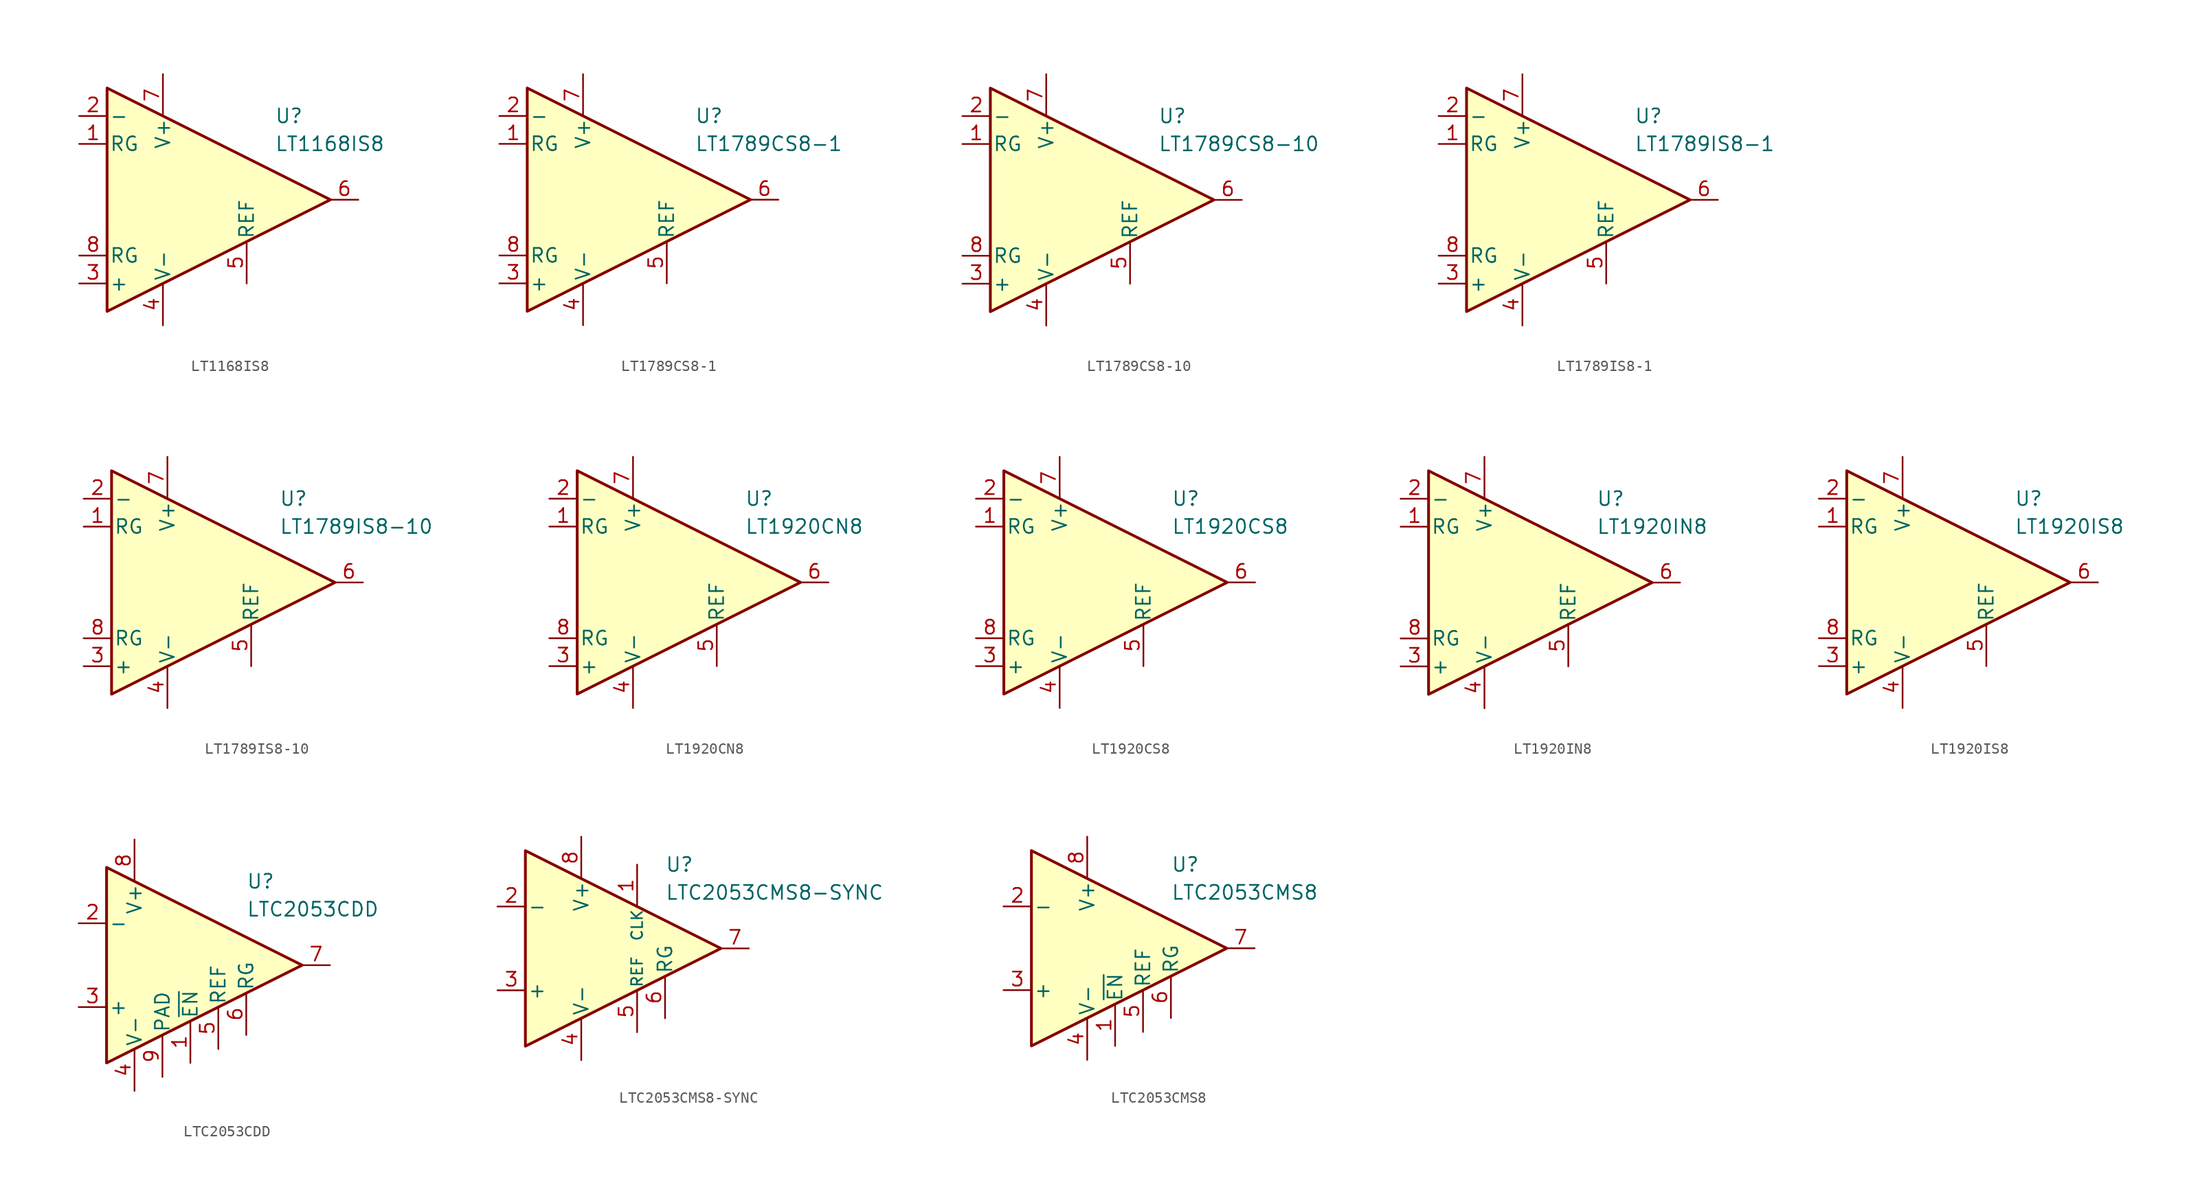
<source format=kicad_sym>
(kicad_symbol_lib
  (version 20231120)
  (generator "kicad_symbol_editor")
  (generator_version "8.0")
  (symbol "LT1168IS8"
    (pin_names
      (offset 0.2))
    (property "Reference" "U"
      (at 6.35 7.62 0)
      (effects (font (size 1.27 1.27)) (justify left)))
    (property "Value" "LT1168IS8"
      (at 6.35 5.08 0)
      (effects (font (size 1.27 1.27)) (justify left)))
    (symbol "LT1168IS8_0_1"
      (polyline (pts (xy -8.89 10.16) (xy -8.89 -10.16) (xy 11.43 0) (xy -8.89 10.16)) (stroke (width 0.254) (type default)) (fill (type background))))
    (symbol "LT1168IS8_1_1"
      (pin passive line (at -11.43 5.08 0) (length 2.54) (name "RG" (effects (font (size 1.27 1.27)))) (number "1" (effects (font (size 1.27 1.27)))))
      (pin input line (at -11.43 7.62 0) (length 2.54) (name "-" (effects (font (size 1.27 1.27)))) (number "2" (effects (font (size 1.27 1.27)))))
      (pin input line (at -11.43 -7.62 0) (length 2.54) (name "+" (effects (font (size 1.27 1.27)))) (number "3" (effects (font (size 1.27 1.27)))))
      (pin power_in line (at -3.81 -11.43 90) (length 3.81) (name "V-" (effects (font (size 1.27 1.27)))) (number "4" (effects (font (size 1.27 1.27)))))
      (pin input line (at 3.81 -7.62 90) (length 3.81) (name "REF" (effects (font (size 1.27 1.27)))) (number "5" (effects (font (size 1.27 1.27)))))
      (pin output line (at 13.97 0 180) (length 2.54) (name "~" (effects (font (size 1.27 1.27)))) (number "6" (effects (font (size 1.27 1.27)))))
      (pin power_in line (at -3.81 11.43 270) (length 3.81) (name "V+" (effects (font (size 1.27 1.27)))) (number "7" (effects (font (size 1.27 1.27)))))
      (pin passive line (at -11.43 -5.08 0) (length 2.54) (name "RG" (effects (font (size 1.27 1.27)))) (number "8" (effects (font (size 1.27 1.27)))))))
  (symbol "LT1789CS8-1"
    (pin_names
      (offset 0.2))
    (property "Reference" "U"
      (at 6.35 7.62 0)
      (effects (font (size 1.27 1.27)) (justify left)))
    (property "Value" "LT1789CS8-1"
      (at 6.35 5.08 0)
      (effects (font (size 1.27 1.27)) (justify left)))
    (symbol "LT1789CS8-1_0_1"
      (polyline (pts (xy -8.89 10.16) (xy -8.89 -10.16) (xy 11.43 0) (xy -8.89 10.16)) (stroke (width 0.254) (type default)) (fill (type background))))
    (symbol "LT1789CS8-1_1_1"
      (pin passive line (at -11.43 5.08 0) (length 2.54) (name "RG" (effects (font (size 1.27 1.27)))) (number "1" (effects (font (size 1.27 1.27)))))
      (pin input line (at -11.43 7.62 0) (length 2.54) (name "-" (effects (font (size 1.27 1.27)))) (number "2" (effects (font (size 1.27 1.27)))))
      (pin input line (at -11.43 -7.62 0) (length 2.54) (name "+" (effects (font (size 1.27 1.27)))) (number "3" (effects (font (size 1.27 1.27)))))
      (pin power_in line (at -3.81 -11.43 90) (length 3.81) (name "V-" (effects (font (size 1.27 1.27)))) (number "4" (effects (font (size 1.27 1.27)))))
      (pin input line (at 3.81 -7.62 90) (length 3.81) (name "REF" (effects (font (size 1.27 1.27)))) (number "5" (effects (font (size 1.27 1.27)))))
      (pin output line (at 13.97 0 180) (length 2.54) (name "~" (effects (font (size 1.27 1.27)))) (number "6" (effects (font (size 1.27 1.27)))))
      (pin power_in line (at -3.81 11.43 270) (length 3.81) (name "V+" (effects (font (size 1.27 1.27)))) (number "7" (effects (font (size 1.27 1.27)))))
      (pin passive line (at -11.43 -5.08 0) (length 2.54) (name "RG" (effects (font (size 1.27 1.27)))) (number "8" (effects (font (size 1.27 1.27)))))))
  (symbol "LT1789CS8-10"
    (pin_names
      (offset 0.2))
    (property "Reference" "U"
      (at 6.35 7.62 0)
      (effects (font (size 1.27 1.27)) (justify left)))
    (property "Value" "LT1789CS8-10"
      (at 6.35 5.08 0)
      (effects (font (size 1.27 1.27)) (justify left)))
    (symbol "LT1789CS8-10_0_1"
      (polyline (pts (xy -8.89 10.16) (xy -8.89 -10.16) (xy 11.43 0) (xy -8.89 10.16)) (stroke (width 0.254) (type default)) (fill (type background))))
    (symbol "LT1789CS8-10_1_1"
      (pin passive line (at -11.43 5.08 0) (length 2.54) (name "RG" (effects (font (size 1.27 1.27)))) (number "1" (effects (font (size 1.27 1.27)))))
      (pin input line (at -11.43 7.62 0) (length 2.54) (name "-" (effects (font (size 1.27 1.27)))) (number "2" (effects (font (size 1.27 1.27)))))
      (pin input line (at -11.43 -7.62 0) (length 2.54) (name "+" (effects (font (size 1.27 1.27)))) (number "3" (effects (font (size 1.27 1.27)))))
      (pin power_in line (at -3.81 -11.43 90) (length 3.81) (name "V-" (effects (font (size 1.27 1.27)))) (number "4" (effects (font (size 1.27 1.27)))))
      (pin input line (at 3.81 -7.62 90) (length 3.81) (name "REF" (effects (font (size 1.27 1.27)))) (number "5" (effects (font (size 1.27 1.27)))))
      (pin output line (at 13.97 0 180) (length 2.54) (name "~" (effects (font (size 1.27 1.27)))) (number "6" (effects (font (size 1.27 1.27)))))
      (pin power_in line (at -3.81 11.43 270) (length 3.81) (name "V+" (effects (font (size 1.27 1.27)))) (number "7" (effects (font (size 1.27 1.27)))))
      (pin passive line (at -11.43 -5.08 0) (length 2.54) (name "RG" (effects (font (size 1.27 1.27)))) (number "8" (effects (font (size 1.27 1.27)))))))
  (symbol "LT1789IS8-1"
    (pin_names
      (offset 0.2))
    (property "Reference" "U"
      (at 6.35 7.62 0)
      (effects (font (size 1.27 1.27)) (justify left)))
    (property "Value" "LT1789IS8-1"
      (at 6.35 5.08 0)
      (effects (font (size 1.27 1.27)) (justify left)))
    (symbol "LT1789IS8-1_0_1"
      (polyline (pts (xy -8.89 10.16) (xy -8.89 -10.16) (xy 11.43 0) (xy -8.89 10.16)) (stroke (width 0.254) (type default)) (fill (type background))))
    (symbol "LT1789IS8-1_1_1"
      (pin passive line (at -11.43 5.08 0) (length 2.54) (name "RG" (effects (font (size 1.27 1.27)))) (number "1" (effects (font (size 1.27 1.27)))))
      (pin input line (at -11.43 7.62 0) (length 2.54) (name "-" (effects (font (size 1.27 1.27)))) (number "2" (effects (font (size 1.27 1.27)))))
      (pin input line (at -11.43 -7.62 0) (length 2.54) (name "+" (effects (font (size 1.27 1.27)))) (number "3" (effects (font (size 1.27 1.27)))))
      (pin power_in line (at -3.81 -11.43 90) (length 3.81) (name "V-" (effects (font (size 1.27 1.27)))) (number "4" (effects (font (size 1.27 1.27)))))
      (pin input line (at 3.81 -7.62 90) (length 3.81) (name "REF" (effects (font (size 1.27 1.27)))) (number "5" (effects (font (size 1.27 1.27)))))
      (pin output line (at 13.97 0 180) (length 2.54) (name "~" (effects (font (size 1.27 1.27)))) (number "6" (effects (font (size 1.27 1.27)))))
      (pin power_in line (at -3.81 11.43 270) (length 3.81) (name "V+" (effects (font (size 1.27 1.27)))) (number "7" (effects (font (size 1.27 1.27)))))
      (pin passive line (at -11.43 -5.08 0) (length 2.54) (name "RG" (effects (font (size 1.27 1.27)))) (number "8" (effects (font (size 1.27 1.27)))))))
  (symbol "LT1789IS8-10"
    (pin_names
      (offset 0.2))
    (property "Reference" "U"
      (at 6.35 7.62 0)
      (effects (font (size 1.27 1.27)) (justify left)))
    (property "Value" "LT1789IS8-10"
      (at 6.35 5.08 0)
      (effects (font (size 1.27 1.27)) (justify left)))
    (symbol "LT1789IS8-10_0_1"
      (polyline (pts (xy -8.89 10.16) (xy -8.89 -10.16) (xy 11.43 0) (xy -8.89 10.16)) (stroke (width 0.254) (type default)) (fill (type background))))
    (symbol "LT1789IS8-10_1_1"
      (pin passive line (at -11.43 5.08 0) (length 2.54) (name "RG" (effects (font (size 1.27 1.27)))) (number "1" (effects (font (size 1.27 1.27)))))
      (pin input line (at -11.43 7.62 0) (length 2.54) (name "-" (effects (font (size 1.27 1.27)))) (number "2" (effects (font (size 1.27 1.27)))))
      (pin input line (at -11.43 -7.62 0) (length 2.54) (name "+" (effects (font (size 1.27 1.27)))) (number "3" (effects (font (size 1.27 1.27)))))
      (pin power_in line (at -3.81 -11.43 90) (length 3.81) (name "V-" (effects (font (size 1.27 1.27)))) (number "4" (effects (font (size 1.27 1.27)))))
      (pin input line (at 3.81 -7.62 90) (length 3.81) (name "REF" (effects (font (size 1.27 1.27)))) (number "5" (effects (font (size 1.27 1.27)))))
      (pin output line (at 13.97 0 180) (length 2.54) (name "~" (effects (font (size 1.27 1.27)))) (number "6" (effects (font (size 1.27 1.27)))))
      (pin power_in line (at -3.81 11.43 270) (length 3.81) (name "V+" (effects (font (size 1.27 1.27)))) (number "7" (effects (font (size 1.27 1.27)))))
      (pin passive line (at -11.43 -5.08 0) (length 2.54) (name "RG" (effects (font (size 1.27 1.27)))) (number "8" (effects (font (size 1.27 1.27)))))))
  (symbol "LT1920CN8"
    (pin_names
      (offset 0.2))
    (property "Reference" "U"
      (at 6.35 7.62 0)
      (effects (font (size 1.27 1.27)) (justify left)))
    (property "Value" "LT1920CN8"
      (at 6.35 5.08 0)
      (effects (font (size 1.27 1.27)) (justify left)))
    (symbol "LT1920CN8_0_1"
      (polyline (pts (xy -8.89 10.16) (xy -8.89 -10.16) (xy 11.43 0) (xy -8.89 10.16)) (stroke (width 0.254) (type default)) (fill (type background))))
    (symbol "LT1920CN8_1_1"
      (pin passive line (at -11.43 5.08 0) (length 2.54) (name "RG" (effects (font (size 1.27 1.27)))) (number "1" (effects (font (size 1.27 1.27)))))
      (pin input line (at -11.43 7.62 0) (length 2.54) (name "-" (effects (font (size 1.27 1.27)))) (number "2" (effects (font (size 1.27 1.27)))))
      (pin input line (at -11.43 -7.62 0) (length 2.54) (name "+" (effects (font (size 1.27 1.27)))) (number "3" (effects (font (size 1.27 1.27)))))
      (pin power_in line (at -3.81 -11.43 90) (length 3.81) (name "V-" (effects (font (size 1.27 1.27)))) (number "4" (effects (font (size 1.27 1.27)))))
      (pin input line (at 3.81 -7.62 90) (length 3.81) (name "REF" (effects (font (size 1.27 1.27)))) (number "5" (effects (font (size 1.27 1.27)))))
      (pin output line (at 13.97 0 180) (length 2.54) (name "~" (effects (font (size 1.27 1.27)))) (number "6" (effects (font (size 1.27 1.27)))))
      (pin power_in line (at -3.81 11.43 270) (length 3.81) (name "V+" (effects (font (size 1.27 1.27)))) (number "7" (effects (font (size 1.27 1.27)))))
      (pin passive line (at -11.43 -5.08 0) (length 2.54) (name "RG" (effects (font (size 1.27 1.27)))) (number "8" (effects (font (size 1.27 1.27)))))))
  (symbol "LT1920CS8"
    (pin_names
      (offset 0.2))
    (property "Reference" "U"
      (at 6.35 7.62 0)
      (effects (font (size 1.27 1.27)) (justify left)))
    (property "Value" "LT1920CS8"
      (at 6.35 5.08 0)
      (effects (font (size 1.27 1.27)) (justify left)))
    (symbol "LT1920CS8_0_1"
      (polyline (pts (xy -8.89 10.16) (xy -8.89 -10.16) (xy 11.43 0) (xy -8.89 10.16)) (stroke (width 0.254) (type default)) (fill (type background))))
    (symbol "LT1920CS8_1_1"
      (pin passive line (at -11.43 5.08 0) (length 2.54) (name "RG" (effects (font (size 1.27 1.27)))) (number "1" (effects (font (size 1.27 1.27)))))
      (pin input line (at -11.43 7.62 0) (length 2.54) (name "-" (effects (font (size 1.27 1.27)))) (number "2" (effects (font (size 1.27 1.27)))))
      (pin input line (at -11.43 -7.62 0) (length 2.54) (name "+" (effects (font (size 1.27 1.27)))) (number "3" (effects (font (size 1.27 1.27)))))
      (pin power_in line (at -3.81 -11.43 90) (length 3.81) (name "V-" (effects (font (size 1.27 1.27)))) (number "4" (effects (font (size 1.27 1.27)))))
      (pin input line (at 3.81 -7.62 90) (length 3.81) (name "REF" (effects (font (size 1.27 1.27)))) (number "5" (effects (font (size 1.27 1.27)))))
      (pin output line (at 13.97 0 180) (length 2.54) (name "~" (effects (font (size 1.27 1.27)))) (number "6" (effects (font (size 1.27 1.27)))))
      (pin power_in line (at -3.81 11.43 270) (length 3.81) (name "V+" (effects (font (size 1.27 1.27)))) (number "7" (effects (font (size 1.27 1.27)))))
      (pin passive line (at -11.43 -5.08 0) (length 2.54) (name "RG" (effects (font (size 1.27 1.27)))) (number "8" (effects (font (size 1.27 1.27)))))))
  (symbol "LT1920IN8"
    (pin_names
      (offset 0.2))
    (property "Reference" "U"
      (at 6.35 7.62 0)
      (effects (font (size 1.27 1.27)) (justify left)))
    (property "Value" "LT1920IN8"
      (at 6.35 5.08 0)
      (effects (font (size 1.27 1.27)) (justify left)))
    (symbol "LT1920IN8_0_1"
      (polyline (pts (xy -8.89 10.16) (xy -8.89 -10.16) (xy 11.43 0) (xy -8.89 10.16)) (stroke (width 0.254) (type default)) (fill (type background))))
    (symbol "LT1920IN8_1_1"
      (pin passive line (at -11.43 5.08 0) (length 2.54) (name "RG" (effects (font (size 1.27 1.27)))) (number "1" (effects (font (size 1.27 1.27)))))
      (pin input line (at -11.43 7.62 0) (length 2.54) (name "-" (effects (font (size 1.27 1.27)))) (number "2" (effects (font (size 1.27 1.27)))))
      (pin input line (at -11.43 -7.62 0) (length 2.54) (name "+" (effects (font (size 1.27 1.27)))) (number "3" (effects (font (size 1.27 1.27)))))
      (pin power_in line (at -3.81 -11.43 90) (length 3.81) (name "V-" (effects (font (size 1.27 1.27)))) (number "4" (effects (font (size 1.27 1.27)))))
      (pin input line (at 3.81 -7.62 90) (length 3.81) (name "REF" (effects (font (size 1.27 1.27)))) (number "5" (effects (font (size 1.27 1.27)))))
      (pin output line (at 13.97 0 180) (length 2.54) (name "~" (effects (font (size 1.27 1.27)))) (number "6" (effects (font (size 1.27 1.27)))))
      (pin power_in line (at -3.81 11.43 270) (length 3.81) (name "V+" (effects (font (size 1.27 1.27)))) (number "7" (effects (font (size 1.27 1.27)))))
      (pin passive line (at -11.43 -5.08 0) (length 2.54) (name "RG" (effects (font (size 1.27 1.27)))) (number "8" (effects (font (size 1.27 1.27)))))))
  (symbol "LT1920IS8"
    (pin_names
      (offset 0.2))
    (property "Reference" "U"
      (at 6.35 7.62 0)
      (effects (font (size 1.27 1.27)) (justify left)))
    (property "Value" "LT1920IS8"
      (at 6.35 5.08 0)
      (effects (font (size 1.27 1.27)) (justify left)))
    (symbol "LT1920IS8_0_1"
      (polyline (pts (xy -8.89 10.16) (xy -8.89 -10.16) (xy 11.43 0) (xy -8.89 10.16)) (stroke (width 0.254) (type default)) (fill (type background))))
    (symbol "LT1920IS8_1_1"
      (pin passive line (at -11.43 5.08 0) (length 2.54) (name "RG" (effects (font (size 1.27 1.27)))) (number "1" (effects (font (size 1.27 1.27)))))
      (pin input line (at -11.43 7.62 0) (length 2.54) (name "-" (effects (font (size 1.27 1.27)))) (number "2" (effects (font (size 1.27 1.27)))))
      (pin input line (at -11.43 -7.62 0) (length 2.54) (name "+" (effects (font (size 1.27 1.27)))) (number "3" (effects (font (size 1.27 1.27)))))
      (pin power_in line (at -3.81 -11.43 90) (length 3.81) (name "V-" (effects (font (size 1.27 1.27)))) (number "4" (effects (font (size 1.27 1.27)))))
      (pin input line (at 3.81 -7.62 90) (length 3.81) (name "REF" (effects (font (size 1.27 1.27)))) (number "5" (effects (font (size 1.27 1.27)))))
      (pin output line (at 13.97 0 180) (length 2.54) (name "~" (effects (font (size 1.27 1.27)))) (number "6" (effects (font (size 1.27 1.27)))))
      (pin power_in line (at -3.81 11.43 270) (length 3.81) (name "V+" (effects (font (size 1.27 1.27)))) (number "7" (effects (font (size 1.27 1.27)))))
      (pin passive line (at -11.43 -5.08 0) (length 2.54) (name "RG" (effects (font (size 1.27 1.27)))) (number "8" (effects (font (size 1.27 1.27)))))))
  (symbol "LTC2053CDD"
    (pin_names
      (offset 0.2))
    (property "Reference" "U"
      (at 6.35 7.62 0)
      (effects (font (size 1.27 1.27)) (justify left)))
    (property "Value" "LTC2053CDD"
      (at 6.35 5.08 0)
      (effects (font (size 1.27 1.27)) (justify left)))
    (symbol "LTC2053CDD_0_1"
      (polyline (pts (xy -6.35 8.89) (xy -6.35 -8.89) (xy 11.43 0) (xy -6.35 8.89)) (stroke (width 0.254) (type default)) (fill (type background))))
    (symbol "LTC2053CDD_1_1"
      (pin input line (at 1.27 -8.89 90) (length 3.81) (name "~{EN}" (effects (font (size 1.27 1.27)))) (number "1" (effects (font (size 1.27 1.27)))))
      (pin input line (at -8.89 3.81 0) (length 2.54) (name "-" (effects (font (size 1.27 1.27)))) (number "2" (effects (font (size 1.27 1.27)))))
      (pin input line (at -8.89 -3.81 0) (length 2.54) (name "+" (effects (font (size 1.27 1.27)))) (number "3" (effects (font (size 1.27 1.27)))))
      (pin power_in line (at -3.81 -11.43 90) (length 3.81) (name "V-" (effects (font (size 1.27 1.27)))) (number "4" (effects (font (size 1.27 1.27)))))
      (pin input line (at 3.81 -7.62 90) (length 3.81) (name "REF" (effects (font (size 1.27 1.27)))) (number "5" (effects (font (size 1.27 1.27)))))
      (pin passive line (at 6.35 -6.35 90) (length 3.81) (name "RG" (effects (font (size 1.27 1.27)))) (number "6" (effects (font (size 1.27 1.27)))))
      (pin output line (at 13.97 0 180) (length 2.54) (name "~" (effects (font (size 1.27 1.27)))) (number "7" (effects (font (size 1.27 1.27)))))
      (pin power_in line (at -3.81 11.43 270) (length 3.81) (name "V+" (effects (font (size 1.27 1.27)))) (number "8" (effects (font (size 1.27 1.27)))))
      (pin power_in line (at -1.27 -10.16 90) (length 3.81) (name "PAD" (effects (font (size 1.27 1.27)))) (number "9" (effects (font (size 1.27 1.27)))))))
  (symbol "LTC2053CMS8-SYNC"
    (pin_names
      (offset 0.2))
    (property "Reference" "U"
      (at 6.35 7.62 0)
      (effects (font (size 1.27 1.27)) (justify left)))
    (property "Value" "LTC2053CMS8-SYNC"
      (at 6.35 5.08 0)
      (effects (font (size 1.27 1.27)) (justify left)))
    (symbol "LTC2053CMS8-SYNC_0_1"
      (polyline (pts (xy -6.35 8.89) (xy -6.35 -8.89) (xy 11.43 0) (xy -6.35 8.89)) (stroke (width 0.254) (type default)) (fill (type background))))
    (symbol "LTC2053CMS8-SYNC_1_1"
      (pin input line (at 3.81 7.62 270) (length 3.81) (name "CLK" (effects (font (size 1 1)))) (number "1" (effects (font (size 1.27 1.27)))))
      (pin input line (at -8.89 3.81 0) (length 2.54) (name "-" (effects (font (size 1.27 1.27)))) (number "2" (effects (font (size 1.27 1.27)))))
      (pin input line (at -8.89 -3.81 0) (length 2.54) (name "+" (effects (font (size 1.27 1.27)))) (number "3" (effects (font (size 1.27 1.27)))))
      (pin power_in line (at -1.27 -10.16 90) (length 3.81) (name "V-" (effects (font (size 1.27 1.27)))) (number "4" (effects (font (size 1.27 1.27)))))
      (pin input line (at 3.81 -7.62 90) (length 3.81) (name "REF" (effects (font (size 1 1)))) (number "5" (effects (font (size 1.27 1.27)))))
      (pin passive line (at 6.35 -6.35 90) (length 3.81) (name "RG" (effects (font (size 1.27 1.27)))) (number "6" (effects (font (size 1.27 1.27)))))
      (pin output line (at 13.97 0 180) (length 2.54) (name "~" (effects (font (size 1.27 1.27)))) (number "7" (effects (font (size 1.27 1.27)))))
      (pin power_in line (at -1.27 10.16 270) (length 3.81) (name "V+" (effects (font (size 1.27 1.27)))) (number "8" (effects (font (size 1.27 1.27)))))))
  (symbol "LTC2053CMS8"
    (pin_names
      (offset 0.2))
    (property "Reference" "U"
      (at 6.35 7.62 0)
      (effects (font (size 1.27 1.27)) (justify left)))
    (property "Value" "LTC2053CMS8"
      (at 6.35 5.08 0)
      (effects (font (size 1.27 1.27)) (justify left)))
    (symbol "LTC2053CMS8_0_1"
      (polyline (pts (xy -6.35 8.89) (xy -6.35 -8.89) (xy 11.43 0) (xy -6.35 8.89)) (stroke (width 0.254) (type default)) (fill (type background))))
    (symbol "LTC2053CMS8_1_1"
      (pin input line (at 1.27 -8.89 90) (length 3.81) (name "~{EN}" (effects (font (size 1.27 1.27)))) (number "1" (effects (font (size 1.27 1.27)))))
      (pin input line (at -8.89 3.81 0) (length 2.54) (name "-" (effects (font (size 1.27 1.27)))) (number "2" (effects (font (size 1.27 1.27)))))
      (pin input line (at -8.89 -3.81 0) (length 2.54) (name "+" (effects (font (size 1.27 1.27)))) (number "3" (effects (font (size 1.27 1.27)))))
      (pin power_in line (at -1.27 -10.16 90) (length 3.81) (name "V-" (effects (font (size 1.27 1.27)))) (number "4" (effects (font (size 1.27 1.27)))))
      (pin input line (at 3.81 -7.62 90) (length 3.81) (name "REF" (effects (font (size 1.27 1.27)))) (number "5" (effects (font (size 1.27 1.27)))))
      (pin passive line (at 6.35 -6.35 90) (length 3.81) (name "RG" (effects (font (size 1.27 1.27)))) (number "6" (effects (font (size 1.27 1.27)))))
      (pin output line (at 13.97 0 180) (length 2.54) (name "~" (effects (font (size 1.27 1.27)))) (number "7" (effects (font (size 1.27 1.27)))))
      (pin power_in line (at -1.27 10.16 270) (length 3.81) (name "V+" (effects (font (size 1.27 1.27)))) (number "8" (effects (font (size 1.27 1.27))))))))
</source>
